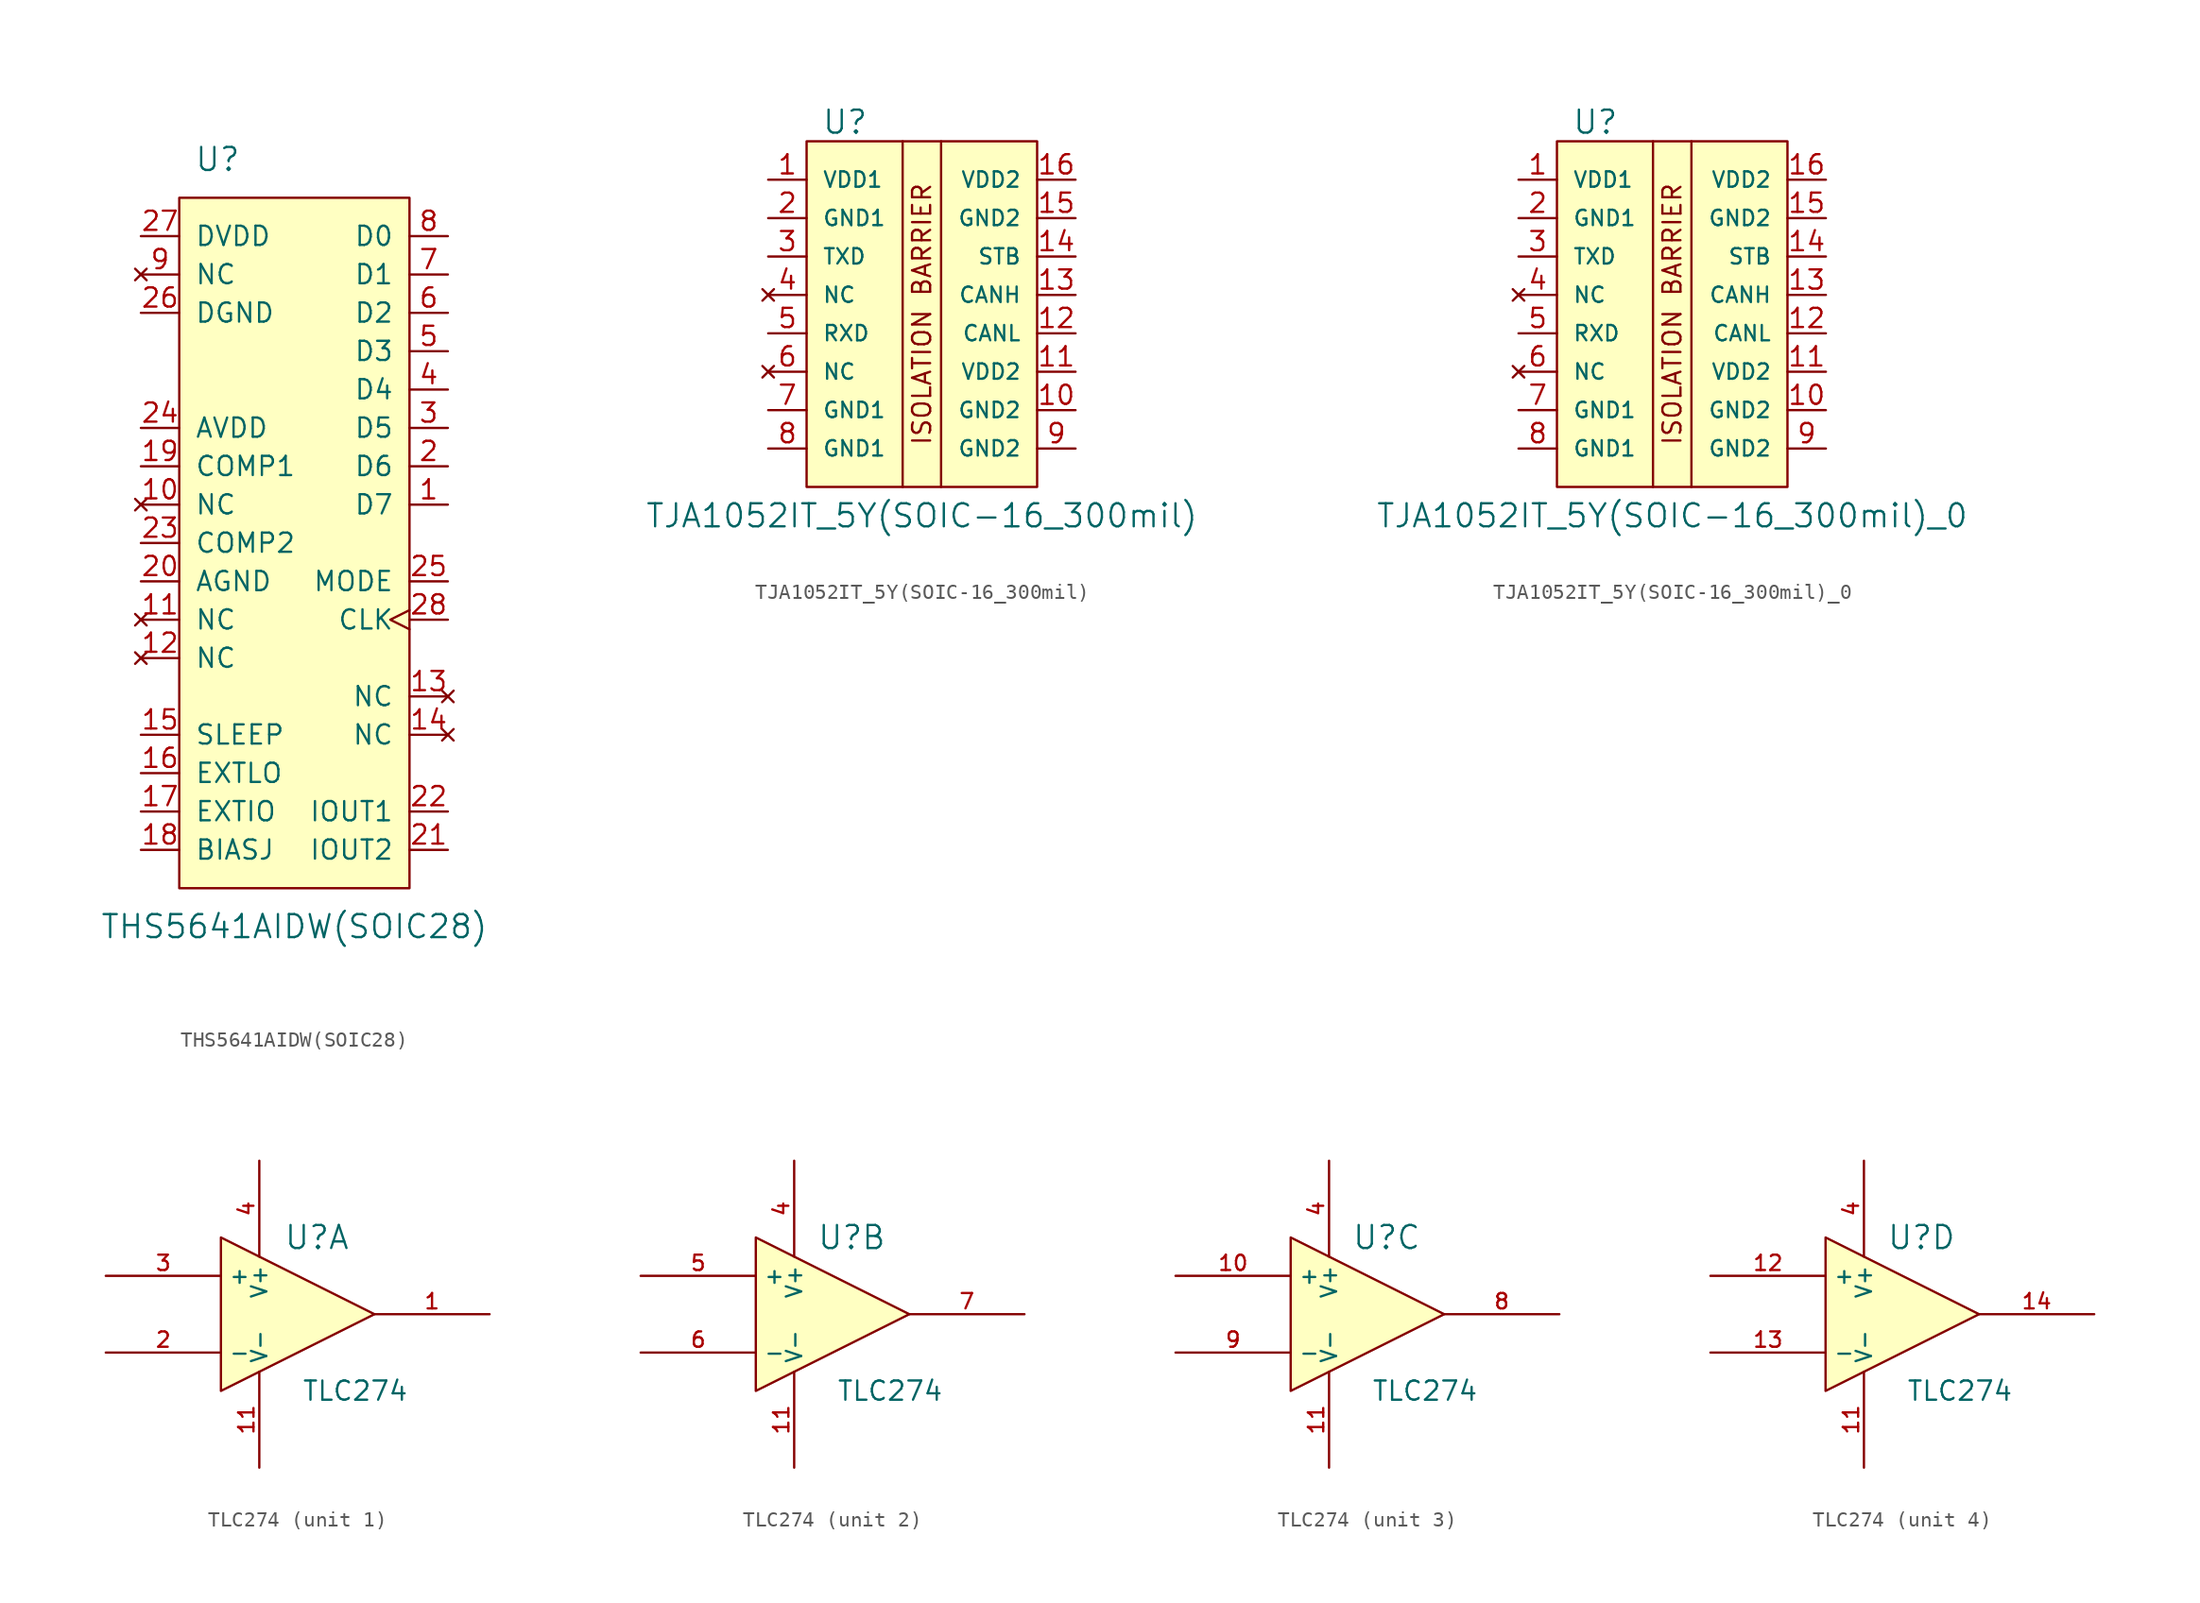
<source format=kicad_sym>
(kicad_symbol_lib
  (version 20220914)
  (generator kicad_symbol_editor)
  (symbol "THS5641AIDW(SOIC28)"
    (pin_names
      (offset 1.016))
    (property "Reference" "U"
      (at -5.08 25.4 0)
      (effects (font (size 1.524 1.524))))
    (property "Value" "THS5641AIDW(SOIC28)"
      (at 0 -25.4 0)
      (effects (font (size 1.524 1.524))))
    (property "Footprint" ""
      (at 0 0 0)
      (effects (font (size 1.524 1.524))))
    (property "Datasheet" ""
      (at 0 0 0)
      (effects (font (size 1.524 1.524))))
    (symbol "THS5641AIDW(SOIC28)_0_1"
      (rectangle (start -7.62 -22.86) (end 7.62 22.86) (stroke (width 0) (type solid)) (fill (type background))))
    (symbol "THS5641AIDW(SOIC28)_1_1"
      (pin input line (at 10.16 2.54 180) (length 2.54) (name "D7" (effects (font (size 1.27 1.27)))) (number "1" (effects (font (size 1.27 1.27)))))
      (pin no_connect line (at -10.16 2.54 0) (length 2.54) (name "NC" (effects (font (size 1.27 1.27)))) (number "10" (effects (font (size 1.27 1.27)))))
      (pin no_connect line (at -10.16 -5.08 0) (length 2.54) (name "NC" (effects (font (size 1.27 1.27)))) (number "11" (effects (font (size 1.27 1.27)))))
      (pin no_connect line (at -10.16 -7.62 0) (length 2.54) (name "NC" (effects (font (size 1.27 1.27)))) (number "12" (effects (font (size 1.27 1.27)))))
      (pin no_connect line (at 10.16 -10.16 180) (length 2.54) (name "NC" (effects (font (size 1.27 1.27)))) (number "13" (effects (font (size 1.27 1.27)))))
      (pin no_connect line (at 10.16 -12.7 180) (length 2.54) (name "NC" (effects (font (size 1.27 1.27)))) (number "14" (effects (font (size 1.27 1.27)))))
      (pin input line (at -10.16 -12.7 0) (length 2.54) (name "SLEEP" (effects (font (size 1.27 1.27)))) (number "15" (effects (font (size 1.27 1.27)))))
      (pin output line (at -10.16 -15.24 0) (length 2.54) (name "EXTLO" (effects (font (size 1.27 1.27)))) (number "16" (effects (font (size 1.27 1.27)))))
      (pin bidirectional line (at -10.16 -17.78 0) (length 2.54) (name "EXTIO" (effects (font (size 1.27 1.27)))) (number "17" (effects (font (size 1.27 1.27)))))
      (pin output line (at -10.16 -20.32 0) (length 2.54) (name "BIASJ" (effects (font (size 1.27 1.27)))) (number "18" (effects (font (size 1.27 1.27)))))
      (pin input line (at -10.16 5.08 0) (length 2.54) (name "COMP1" (effects (font (size 1.27 1.27)))) (number "19" (effects (font (size 1.27 1.27)))))
      (pin input line (at 10.16 5.08 180) (length 2.54) (name "D6" (effects (font (size 1.27 1.27)))) (number "2" (effects (font (size 1.27 1.27)))))
      (pin power_in line (at -10.16 -2.54 0) (length 2.54) (name "AGND" (effects (font (size 1.27 1.27)))) (number "20" (effects (font (size 1.27 1.27)))))
      (pin output line (at 10.16 -20.32 180) (length 2.54) (name "IOUT2" (effects (font (size 1.27 1.27)))) (number "21" (effects (font (size 1.27 1.27)))))
      (pin output line (at 10.16 -17.78 180) (length 2.54) (name "IOUT1" (effects (font (size 1.27 1.27)))) (number "22" (effects (font (size 1.27 1.27)))))
      (pin input line (at -10.16 0 0) (length 2.54) (name "COMP2" (effects (font (size 1.27 1.27)))) (number "23" (effects (font (size 1.27 1.27)))))
      (pin power_in line (at -10.16 7.62 0) (length 2.54) (name "AVDD" (effects (font (size 1.27 1.27)))) (number "24" (effects (font (size 1.27 1.27)))))
      (pin input line (at 10.16 -2.54 180) (length 2.54) (name "MODE" (effects (font (size 1.27 1.27)))) (number "25" (effects (font (size 1.27 1.27)))))
      (pin power_in line (at -10.16 15.24 0) (length 2.54) (name "DGND" (effects (font (size 1.27 1.27)))) (number "26" (effects (font (size 1.27 1.27)))))
      (pin power_in line (at -10.16 20.32 0) (length 2.54) (name "DVDD" (effects (font (size 1.27 1.27)))) (number "27" (effects (font (size 1.27 1.27)))))
      (pin input clock (at 10.16 -5.08 180) (length 2.54) (name "CLK" (effects (font (size 1.27 1.27)))) (number "28" (effects (font (size 1.27 1.27)))))
      (pin input line (at 10.16 7.62 180) (length 2.54) (name "D5" (effects (font (size 1.27 1.27)))) (number "3" (effects (font (size 1.27 1.27)))))
      (pin input line (at 10.16 10.16 180) (length 2.54) (name "D4" (effects (font (size 1.27 1.27)))) (number "4" (effects (font (size 1.27 1.27)))))
      (pin input line (at 10.16 12.7 180) (length 2.54) (name "D3" (effects (font (size 1.27 1.27)))) (number "5" (effects (font (size 1.27 1.27)))))
      (pin input line (at 10.16 15.24 180) (length 2.54) (name "D2" (effects (font (size 1.27 1.27)))) (number "6" (effects (font (size 1.27 1.27)))))
      (pin input line (at 10.16 17.78 180) (length 2.54) (name "D1" (effects (font (size 1.27 1.27)))) (number "7" (effects (font (size 1.27 1.27)))))
      (pin input line (at 10.16 20.32 180) (length 2.54) (name "D0" (effects (font (size 1.27 1.27)))) (number "8" (effects (font (size 1.27 1.27)))))
      (pin no_connect line (at -10.16 17.78 0) (length 2.54) (name "NC" (effects (font (size 1.27 1.27)))) (number "9" (effects (font (size 1.27 1.27)))))))
  (symbol "TJA1052IT_5Y(SOIC-16_300mil)"
    (pin_names
      (offset 1.016))
    (property "Reference" "U"
      (at -5.08 11.43 0)
      (effects (font (size 1.524 1.524))))
    (property "Value" "TJA1052IT_5Y(SOIC-16_300mil)"
      (at 0 -14.605 0)
      (effects (font (size 1.524 1.524))))
    (property "Footprint" ""
      (at 0 0 0)
      (effects (font (size 1.524 1.524))))
    (property "Datasheet" ""
      (at 0 0 0)
      (effects (font (size 1.524 1.524))))
    (symbol "TJA1052IT_5Y(SOIC-16_300mil)_0_1"
      (rectangle (start -7.62 10.16) (end 7.62 -12.7) (stroke (width 0) (type solid)) (fill (type background)))
      (polyline (pts (xy -1.27 10.16) (xy -1.27 -12.7)) (stroke (width 0) (type solid)) (fill (type none)))
      (polyline (pts (xy 1.27 10.16) (xy 1.27 -12.7)) (stroke (width 0) (type solid)) (fill (type none))))
    (symbol "TJA1052IT_5Y(SOIC-16_300mil)_1_0"
      (text "ISOLATION BARRIER" (at 0 -1.27 900) (effects (font (size 1.194 1.194)))))
    (symbol "TJA1052IT_5Y(SOIC-16_300mil)_1_1"
      (pin power_in line (at -10.16 7.62 0) (length 2.54) (name "VDD1" (effects (font (size 1.016 1.016)))) (number "1" (effects (font (size 1.27 1.27)))))
      (pin power_in line (at 10.16 -7.62 180) (length 2.54) (name "GND2" (effects (font (size 1.016 1.016)))) (number "10" (effects (font (size 1.27 1.27)))))
      (pin power_in line (at 10.16 -5.08 180) (length 2.54) (name "VDD2" (effects (font (size 1.016 1.016)))) (number "11" (effects (font (size 1.27 1.27)))))
      (pin input line (at 10.16 -2.54 180) (length 2.54) (name "CANL" (effects (font (size 1.016 1.016)))) (number "12" (effects (font (size 1.27 1.27)))))
      (pin input line (at 10.16 0 180) (length 2.54) (name "CANH" (effects (font (size 1.016 1.016)))) (number "13" (effects (font (size 1.27 1.27)))))
      (pin input line (at 10.16 2.54 180) (length 2.54) (name "STB" (effects (font (size 1.016 1.016)))) (number "14" (effects (font (size 1.27 1.27)))))
      (pin power_in line (at 10.16 5.08 180) (length 2.54) (name "GND2" (effects (font (size 1.016 1.016)))) (number "15" (effects (font (size 1.27 1.27)))))
      (pin power_in line (at 10.16 7.62 180) (length 2.54) (name "VDD2" (effects (font (size 1.016 1.016)))) (number "16" (effects (font (size 1.27 1.27)))))
      (pin power_in line (at -10.16 5.08 0) (length 2.54) (name "GND1" (effects (font (size 1.016 1.016)))) (number "2" (effects (font (size 1.27 1.27)))))
      (pin input line (at -10.16 2.54 0) (length 2.54) (name "TXD" (effects (font (size 1.016 1.016)))) (number "3" (effects (font (size 1.27 1.27)))))
      (pin no_connect line (at -10.16 0 0) (length 2.54) (name "NC" (effects (font (size 1.016 1.016)))) (number "4" (effects (font (size 1.27 1.27)))))
      (pin output line (at -10.16 -2.54 0) (length 2.54) (name "RXD" (effects (font (size 1.016 1.016)))) (number "5" (effects (font (size 1.27 1.27)))))
      (pin no_connect line (at -10.16 -5.08 0) (length 2.54) (name "NC" (effects (font (size 1.016 1.016)))) (number "6" (effects (font (size 1.27 1.27)))))
      (pin power_in line (at -10.16 -7.62 0) (length 2.54) (name "GND1" (effects (font (size 1.016 1.016)))) (number "7" (effects (font (size 1.27 1.27)))))
      (pin power_in line (at -10.16 -10.16 0) (length 2.54) (name "GND1" (effects (font (size 1.016 1.016)))) (number "8" (effects (font (size 1.27 1.27)))))
      (pin power_in line (at 10.16 -10.16 180) (length 2.54) (name "GND2" (effects (font (size 1.016 1.016)))) (number "9" (effects (font (size 1.27 1.27)))))))
  (symbol "TJA1052IT_5Y(SOIC-16_300mil)_0"
    (pin_names
      (offset 1.016))
    (property "Reference" "U"
      (at -5.08 11.43 0)
      (effects (font (size 1.524 1.524))))
    (property "Value" "TJA1052IT_5Y(SOIC-16_300mil)_0"
      (at 0 -14.605 0)
      (effects (font (size 1.524 1.524))))
    (property "Footprint" ""
      (at 0 0 0)
      (effects (font (size 1.524 1.524))))
    (property "Datasheet" ""
      (at 0 0 0)
      (effects (font (size 1.524 1.524))))
    (symbol "TJA1052IT_5Y(SOIC-16_300mil)_0_0_1"
      (rectangle (start -7.62 10.16) (end 7.62 -12.7) (stroke (width 0) (type solid)) (fill (type background)))
      (polyline (pts (xy -1.27 10.16) (xy -1.27 -12.7)) (stroke (width 0) (type solid)) (fill (type none)))
      (polyline (pts (xy 1.27 10.16) (xy 1.27 -12.7)) (stroke (width 0) (type solid)) (fill (type none))))
    (symbol "TJA1052IT_5Y(SOIC-16_300mil)_0_1_0"
      (text "ISOLATION BARRIER" (at 0 -1.27 900) (effects (font (size 1.194 1.194)))))
    (symbol "TJA1052IT_5Y(SOIC-16_300mil)_0_1_1"
      (pin power_in line (at -10.16 7.62 0) (length 2.54) (name "VDD1" (effects (font (size 1.016 1.016)))) (number "1" (effects (font (size 1.27 1.27)))))
      (pin power_in line (at 10.16 -7.62 180) (length 2.54) (name "GND2" (effects (font (size 1.016 1.016)))) (number "10" (effects (font (size 1.27 1.27)))))
      (pin power_in line (at 10.16 -5.08 180) (length 2.54) (name "VDD2" (effects (font (size 1.016 1.016)))) (number "11" (effects (font (size 1.27 1.27)))))
      (pin input line (at 10.16 -2.54 180) (length 2.54) (name "CANL" (effects (font (size 1.016 1.016)))) (number "12" (effects (font (size 1.27 1.27)))))
      (pin input line (at 10.16 0 180) (length 2.54) (name "CANH" (effects (font (size 1.016 1.016)))) (number "13" (effects (font (size 1.27 1.27)))))
      (pin input line (at 10.16 2.54 180) (length 2.54) (name "STB" (effects (font (size 1.016 1.016)))) (number "14" (effects (font (size 1.27 1.27)))))
      (pin power_in line (at 10.16 5.08 180) (length 2.54) (name "GND2" (effects (font (size 1.016 1.016)))) (number "15" (effects (font (size 1.27 1.27)))))
      (pin power_in line (at 10.16 7.62 180) (length 2.54) (name "VDD2" (effects (font (size 1.016 1.016)))) (number "16" (effects (font (size 1.27 1.27)))))
      (pin power_in line (at -10.16 5.08 0) (length 2.54) (name "GND1" (effects (font (size 1.016 1.016)))) (number "2" (effects (font (size 1.27 1.27)))))
      (pin input line (at -10.16 2.54 0) (length 2.54) (name "TXD" (effects (font (size 1.016 1.016)))) (number "3" (effects (font (size 1.27 1.27)))))
      (pin no_connect line (at -10.16 0 0) (length 2.54) (name "NC" (effects (font (size 1.016 1.016)))) (number "4" (effects (font (size 1.27 1.27)))))
      (pin output line (at -10.16 -2.54 0) (length 2.54) (name "RXD" (effects (font (size 1.016 1.016)))) (number "5" (effects (font (size 1.27 1.27)))))
      (pin no_connect line (at -10.16 -5.08 0) (length 2.54) (name "NC" (effects (font (size 1.016 1.016)))) (number "6" (effects (font (size 1.27 1.27)))))
      (pin power_in line (at -10.16 -7.62 0) (length 2.54) (name "GND1" (effects (font (size 1.016 1.016)))) (number "7" (effects (font (size 1.27 1.27)))))
      (pin power_in line (at -10.16 -10.16 0) (length 2.54) (name "GND1" (effects (font (size 1.016 1.016)))) (number "8" (effects (font (size 1.27 1.27)))))
      (pin power_in line (at 10.16 -10.16 180) (length 2.54) (name "GND2" (effects (font (size 1.016 1.016)))) (number "9" (effects (font (size 1.27 1.27)))))))
  (symbol "TLC274"
    (property "Reference" "U"
      (at 1.27 5.08 0)
      (effects (font (size 1.524 1.524))))
    (property "Value" "TLC274"
      (at 3.81 -5.08 0)
      (effects (font (size 1.27 1.27))))
    (property "Footprint" ""
      (at 0 0 0)
      (effects (font (size 1.524 1.524))))
    (property "Datasheet" ""
      (at 0 0 0)
      (effects (font (size 1.524 1.524))))
    (symbol "TLC274_0_1"
      (polyline (pts (xy -5.08 5.08) (xy 5.08 0) (xy -5.08 -5.08) (xy -5.08 5.08)) (stroke (width 0.152) (type solid)) (fill (type background)))
      (pin power_in line (at -2.54 -10.16 90) (length 6.35) (name "V-" (effects (font (size 1.016 1.016)))) (number "11" (effects (font (size 1.016 1.016)))))
      (pin power_in line (at -2.54 10.16 270) (length 6.35) (name "V+" (effects (font (size 1.016 1.016)))) (number "4" (effects (font (size 1.016 1.016))))))
    (symbol "TLC274_1_1"
      (pin output line (at 12.7 0 180) (length 7.62) (name "~" (effects (font (size 1.016 1.016)))) (number "1" (effects (font (size 1.016 1.016)))))
      (pin input line (at -12.7 -2.54 0) (length 7.62) (name "-" (effects (font (size 1.016 1.016)))) (number "2" (effects (font (size 1.016 1.016)))))
      (pin input line (at -12.7 2.54 0) (length 7.62) (name "+" (effects (font (size 1.016 1.016)))) (number "3" (effects (font (size 1.016 1.016))))))
    (symbol "TLC274_2_1"
      (pin input line (at -12.7 2.54 0) (length 7.62) (name "+" (effects (font (size 1.016 1.016)))) (number "5" (effects (font (size 1.016 1.016)))))
      (pin input line (at -12.7 -2.54 0) (length 7.62) (name "-" (effects (font (size 1.016 1.016)))) (number "6" (effects (font (size 1.016 1.016)))))
      (pin output line (at 12.7 0 180) (length 7.62) (name "~" (effects (font (size 1.016 1.016)))) (number "7" (effects (font (size 1.016 1.016))))))
    (symbol "TLC274_3_1"
      (pin input line (at -12.7 2.54 0) (length 7.62) (name "+" (effects (font (size 1.016 1.016)))) (number "10" (effects (font (size 1.016 1.016)))))
      (pin output line (at 12.7 0 180) (length 7.62) (name "~" (effects (font (size 1.016 1.016)))) (number "8" (effects (font (size 1.016 1.016)))))
      (pin input line (at -12.7 -2.54 0) (length 7.62) (name "-" (effects (font (size 1.016 1.016)))) (number "9" (effects (font (size 1.016 1.016))))))
    (symbol "TLC274_4_1"
      (pin input line (at -12.7 2.54 0) (length 7.62) (name "+" (effects (font (size 1.016 1.016)))) (number "12" (effects (font (size 1.016 1.016)))))
      (pin input line (at -12.7 -2.54 0) (length 7.62) (name "-" (effects (font (size 1.016 1.016)))) (number "13" (effects (font (size 1.016 1.016)))))
      (pin output line (at 12.7 0 180) (length 7.62) (name "~" (effects (font (size 1.016 1.016)))) (number "14" (effects (font (size 1.016 1.016))))))))
</source>
